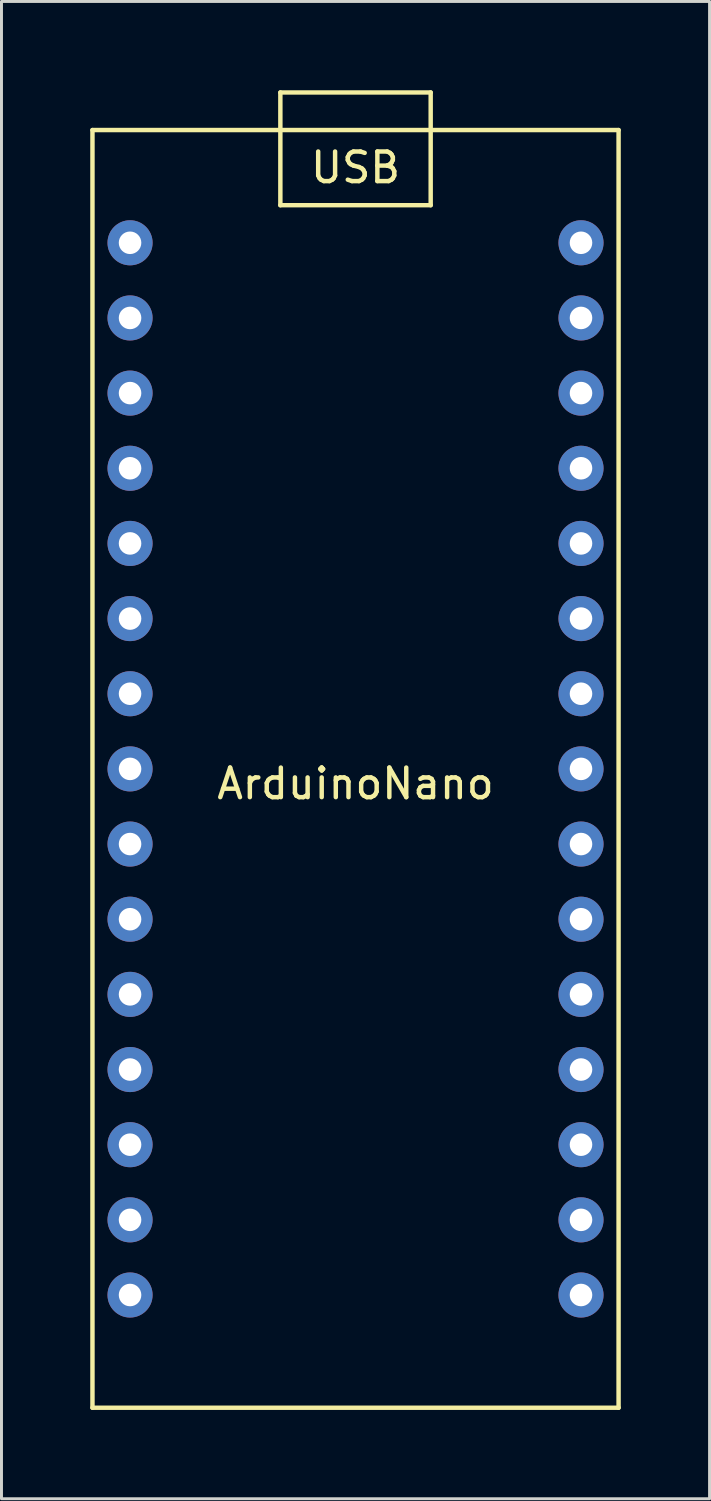
<source format=kicad_pcb>
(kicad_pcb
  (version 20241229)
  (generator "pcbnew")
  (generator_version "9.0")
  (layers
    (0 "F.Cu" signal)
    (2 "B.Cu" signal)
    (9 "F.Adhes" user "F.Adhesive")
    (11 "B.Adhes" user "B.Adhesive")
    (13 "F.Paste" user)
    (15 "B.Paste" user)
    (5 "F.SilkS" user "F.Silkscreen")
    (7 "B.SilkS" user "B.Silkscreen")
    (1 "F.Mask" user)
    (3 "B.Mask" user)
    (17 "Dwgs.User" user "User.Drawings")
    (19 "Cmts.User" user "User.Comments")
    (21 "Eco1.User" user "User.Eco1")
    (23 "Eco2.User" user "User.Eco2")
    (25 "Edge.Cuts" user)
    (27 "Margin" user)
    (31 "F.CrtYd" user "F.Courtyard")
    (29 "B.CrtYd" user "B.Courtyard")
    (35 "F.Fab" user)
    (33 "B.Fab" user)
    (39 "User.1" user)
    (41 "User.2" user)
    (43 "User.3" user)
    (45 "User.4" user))
  (footprint "ArduinoNano"
    (layer "F.Cu")
    (at 8.965 22.935)
    (property "Reference" "ArduinoNano" (at 0 0.5 0) (layer "F.SilkS") (effects (font (size 1 1) (thickness 0.15))))
    (attr through_hole)
    (fp_line (start -8.89 -21.59) (end -8.89 21.59) (stroke (width 0.15) (type solid)) (layer "F.SilkS"))
    (fp_line (start -8.89 21.59) (end 8.89 21.59) (stroke (width 0.15) (type solid)) (layer "F.SilkS"))
    (fp_line (start -2.54 -22.86) (end -2.54 -19.05) (stroke (width 0.15) (type solid)) (layer "F.SilkS"))
    (fp_line (start -2.54 -19.05) (end 2.54 -19.05) (stroke (width 0.15) (type solid)) (layer "F.SilkS"))
    (fp_line (start 2.54 -22.86) (end -2.54 -22.86) (stroke (width 0.15) (type solid)) (layer "F.SilkS"))
    (fp_line (start 2.54 -19.05) (end 2.54 -22.86) (stroke (width 0.15) (type solid)) (layer "F.SilkS"))
    (fp_line (start 8.89 -21.59) (end -8.89 -21.59) (stroke (width 0.15) (type solid)) (layer "F.SilkS"))
    (fp_line (start 8.89 21.59) (end 8.89 -21.59) (stroke (width 0.15) (type solid)) (layer "F.SilkS"))
    (fp_text user "USB" (at 0 -20.32 0) (layer "F.SilkS") (effects (font (size 1 1) (thickness 0.15))))
    (pad "1" thru_hole circle (at -7.62 -17.78) (size 1.524 1.524) (drill 0.762) (layers "*.Cu" "*.Mask"))
    (pad "2" thru_hole circle (at -7.62 -15.24) (size 1.524 1.524) (drill 0.762) (layers "*.Cu" "*.Mask"))
    (pad "3" thru_hole circle (at -7.62 -12.7) (size 1.524 1.524) (drill 0.762) (layers "*.Cu" "*.Mask"))
    (pad "4" thru_hole circle (at -7.62 -10.16) (size 1.524 1.524) (drill 0.762) (layers "*.Cu" "*.Mask"))
    (pad "5" thru_hole circle (at -7.62 -7.62) (size 1.524 1.524) (drill 0.762) (layers "*.Cu" "*.Mask"))
    (pad "6" thru_hole circle (at -7.62 -5.08) (size 1.524 1.524) (drill 0.762) (layers "*.Cu" "*.Mask"))
    (pad "7" thru_hole circle (at -7.62 -2.54) (size 1.524 1.524) (drill 0.762) (layers "*.Cu" "*.Mask"))
    (pad "8" thru_hole circle (at -7.62 0) (size 1.524 1.524) (drill 0.762) (layers "*.Cu" "*.Mask"))
    (pad "9" thru_hole circle (at -7.62 2.54) (size 1.524 1.524) (drill 0.762) (layers "*.Cu" "*.Mask"))
    (pad "10" thru_hole circle (at -7.62 5.08) (size 1.524 1.524) (drill 0.762) (layers "*.Cu" "*.Mask"))
    (pad "11" thru_hole circle (at -7.62 7.62) (size 1.524 1.524) (drill 0.762) (layers "*.Cu" "*.Mask"))
    (pad "12" thru_hole circle (at -7.62 10.16) (size 1.524 1.524) (drill 0.762) (layers "*.Cu" "*.Mask"))
    (pad "13" thru_hole circle (at -7.62 12.7) (size 1.524 1.524) (drill 0.762) (layers "*.Cu" "*.Mask"))
    (pad "14" thru_hole circle (at -7.62 15.24) (size 1.524 1.524) (drill 0.762) (layers "*.Cu" "*.Mask"))
    (pad "15" thru_hole circle (at -7.62 17.78) (size 1.524 1.524) (drill 0.762) (layers "*.Cu" "*.Mask"))
    (pad "16" thru_hole circle (at 7.62 17.78) (size 1.524 1.524) (drill 0.762) (layers "*.Cu" "*.Mask"))
    (pad "17" thru_hole circle (at 7.62 15.24) (size 1.524 1.524) (drill 0.762) (layers "*.Cu" "*.Mask"))
    (pad "18" thru_hole circle (at 7.62 12.7) (size 1.524 1.524) (drill 0.762) (layers "*.Cu" "*.Mask"))
    (pad "19" thru_hole circle (at 7.62 10.16) (size 1.524 1.524) (drill 0.762) (layers "*.Cu" "*.Mask"))
    (pad "20" thru_hole circle (at 7.62 7.62) (size 1.524 1.524) (drill 0.762) (layers "*.Cu" "*.Mask"))
    (pad "21" thru_hole circle (at 7.62 5.08) (size 1.524 1.524) (drill 0.762) (layers "*.Cu" "*.Mask"))
    (pad "22" thru_hole circle (at 7.62 2.54) (size 1.524 1.524) (drill 0.762) (layers "*.Cu" "*.Mask"))
    (pad "23" thru_hole circle (at 7.62 0) (size 1.524 1.524) (drill 0.762) (layers "*.Cu" "*.Mask"))
    (pad "24" thru_hole circle (at 7.62 -2.54) (size 1.524 1.524) (drill 0.762) (layers "*.Cu" "*.Mask"))
    (pad "25" thru_hole circle (at 7.62 -5.08) (size 1.524 1.524) (drill 0.762) (layers "*.Cu" "*.Mask"))
    (pad "26" thru_hole circle (at 7.62 -7.62) (size 1.524 1.524) (drill 0.762) (layers "*.Cu" "*.Mask"))
    (pad "27" thru_hole circle (at 7.62 -10.16) (size 1.524 1.524) (drill 0.762) (layers "*.Cu" "*.Mask"))
    (pad "28" thru_hole circle (at 7.62 -12.7) (size 1.524 1.524) (drill 0.762) (layers "*.Cu" "*.Mask"))
    (pad "29" thru_hole circle (at 7.62 -15.24) (size 1.524 1.524) (drill 0.762) (layers "*.Cu" "*.Mask"))
    (pad "30" thru_hole circle (at 7.62 -17.78) (size 1.524 1.524) (drill 0.762) (layers "*.Cu" "*.Mask")))
  (gr_rect
    (start -3 -3)
    (end 20.93 47.6)
    (stroke (width 0.1) (type default))
    (fill no)
    (layer "Edge.Cuts")))
</source>
